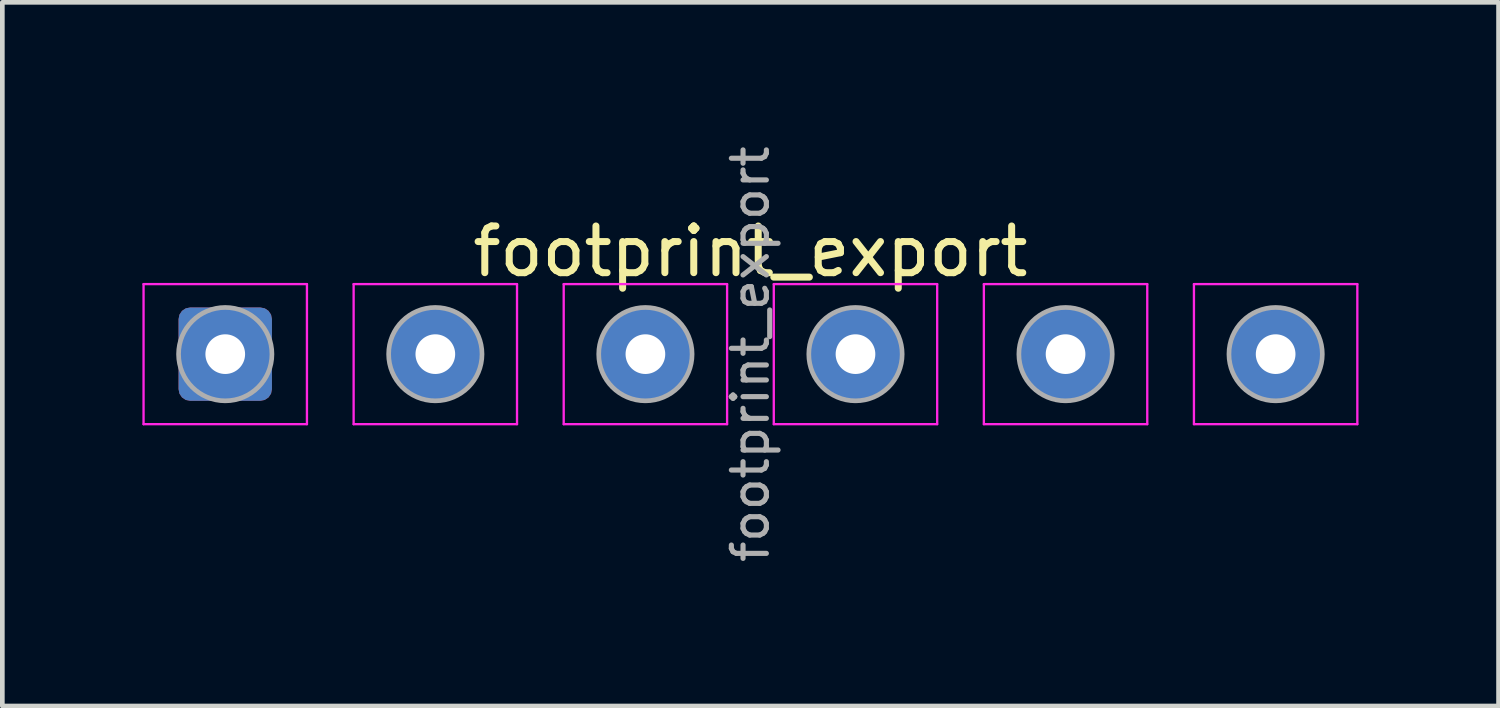
<source format=kicad_pcb>
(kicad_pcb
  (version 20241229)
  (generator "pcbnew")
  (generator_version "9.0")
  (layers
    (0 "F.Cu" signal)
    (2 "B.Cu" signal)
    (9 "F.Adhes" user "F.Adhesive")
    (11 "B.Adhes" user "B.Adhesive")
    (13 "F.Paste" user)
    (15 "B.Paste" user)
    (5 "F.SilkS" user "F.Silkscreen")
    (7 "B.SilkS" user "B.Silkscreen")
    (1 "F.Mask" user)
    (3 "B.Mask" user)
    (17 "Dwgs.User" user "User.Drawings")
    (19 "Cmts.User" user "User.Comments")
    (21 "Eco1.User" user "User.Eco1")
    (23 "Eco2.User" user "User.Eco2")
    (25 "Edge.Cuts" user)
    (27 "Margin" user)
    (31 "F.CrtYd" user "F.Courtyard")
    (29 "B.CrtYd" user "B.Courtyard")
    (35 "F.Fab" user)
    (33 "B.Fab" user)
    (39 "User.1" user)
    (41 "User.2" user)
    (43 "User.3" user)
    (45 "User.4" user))
  (footprint "footprint_export"
    (layer "F.Cu")
    (at 1.775 4.536)
    (property "Reference" "footprint_export" (at 11.25 -2.2 0) (layer "F.SilkS") (effects (font (size 1 1) (thickness 0.15))))
    (attr exclude_from_pos_files exclude_from_bom)
    (fp_line (start -1.75 -1.5) (end -1.75 1.5) (stroke (width 0.05) (type solid)) (layer "F.CrtYd"))
    (fp_line (start -1.75 1.5) (end 1.75 1.5) (stroke (width 0.05) (type solid)) (layer "F.CrtYd"))
    (fp_line (start 1.75 -1.5) (end -1.75 -1.5) (stroke (width 0.05) (type solid)) (layer "F.CrtYd"))
    (fp_line (start 1.75 1.5) (end 1.75 -1.5) (stroke (width 0.05) (type solid)) (layer "F.CrtYd"))
    (fp_line (start 2.75 -1.5) (end 2.75 1.5) (stroke (width 0.05) (type solid)) (layer "F.CrtYd"))
    (fp_line (start 2.75 1.5) (end 6.25 1.5) (stroke (width 0.05) (type solid)) (layer "F.CrtYd"))
    (fp_line (start 6.25 -1.5) (end 2.75 -1.5) (stroke (width 0.05) (type solid)) (layer "F.CrtYd"))
    (fp_line (start 6.25 1.5) (end 6.25 -1.5) (stroke (width 0.05) (type solid)) (layer "F.CrtYd"))
    (fp_line (start 7.25 -1.5) (end 7.25 1.5) (stroke (width 0.05) (type solid)) (layer "F.CrtYd"))
    (fp_line (start 7.25 1.5) (end 10.75 1.5) (stroke (width 0.05) (type solid)) (layer "F.CrtYd"))
    (fp_line (start 10.75 -1.5) (end 7.25 -1.5) (stroke (width 0.05) (type solid)) (layer "F.CrtYd"))
    (fp_line (start 10.75 1.5) (end 10.75 -1.5) (stroke (width 0.05) (type solid)) (layer "F.CrtYd"))
    (fp_line (start 11.75 -1.5) (end 11.75 1.5) (stroke (width 0.05) (type solid)) (layer "F.CrtYd"))
    (fp_line (start 11.75 1.5) (end 15.25 1.5) (stroke (width 0.05) (type solid)) (layer "F.CrtYd"))
    (fp_line (start 15.25 -1.5) (end 11.75 -1.5) (stroke (width 0.05) (type solid)) (layer "F.CrtYd"))
    (fp_line (start 15.25 1.5) (end 15.25 -1.5) (stroke (width 0.05) (type solid)) (layer "F.CrtYd"))
    (fp_line (start 16.25 -1.5) (end 16.25 1.5) (stroke (width 0.05) (type solid)) (layer "F.CrtYd"))
    (fp_line (start 16.25 1.5) (end 19.75 1.5) (stroke (width 0.05) (type solid)) (layer "F.CrtYd"))
    (fp_line (start 19.75 -1.5) (end 16.25 -1.5) (stroke (width 0.05) (type solid)) (layer "F.CrtYd"))
    (fp_line (start 19.75 1.5) (end 19.75 -1.5) (stroke (width 0.05) (type solid)) (layer "F.CrtYd"))
    (fp_line (start 20.75 -1.5) (end 20.75 1.5) (stroke (width 0.05) (type solid)) (layer "F.CrtYd"))
    (fp_line (start 20.75 1.5) (end 24.25 1.5) (stroke (width 0.05) (type solid)) (layer "F.CrtYd"))
    (fp_line (start 24.25 -1.5) (end 20.75 -1.5) (stroke (width 0.05) (type solid)) (layer "F.CrtYd"))
    (fp_line (start 24.25 1.5) (end 24.25 -1.5) (stroke (width 0.05) (type solid)) (layer "F.CrtYd"))
    (fp_circle (center 0 0) (end 1 0) (stroke (width 0.1) (type solid)) (fill no) (layer "F.Fab"))
    (fp_circle (center 4.5 0) (end 5.5 0) (stroke (width 0.1) (type solid)) (fill no) (layer "F.Fab"))
    (fp_circle (center 9 0) (end 10 0) (stroke (width 0.1) (type solid)) (fill no) (layer "F.Fab"))
    (fp_circle (center 13.5 0) (end 14.5 0) (stroke (width 0.1) (type solid)) (fill no) (layer "F.Fab"))
    (fp_circle (center 18 0) (end 19 0) (stroke (width 0.1) (type solid)) (fill no) (layer "F.Fab"))
    (fp_circle (center 22.5 0) (end 23.5 0) (stroke (width 0.1) (type solid)) (fill no) (layer "F.Fab"))
    (fp_text user "${REFERENCE}" (at 11.25 0 90) (layer "F.Fab") (effects (font (size 0.75 0.75) (thickness 0.11))))
    (pad "1" thru_hole roundrect (at 0 0) (size 2 2) (drill 0.85) (layers "*.Cu" "*.Mask") (roundrect_rratio 0.125))
    (pad "2" thru_hole circle (at 4.5 0) (size 2 2) (drill 0.85) (layers "*.Cu" "*.Mask"))
    (pad "3" thru_hole circle (at 9 0) (size 2 2) (drill 0.85) (layers "*.Cu" "*.Mask"))
    (pad "4" thru_hole circle (at 13.5 0) (size 2 2) (drill 0.85) (layers "*.Cu" "*.Mask"))
    (pad "5" thru_hole circle (at 18 0) (size 2 2) (drill 0.85) (layers "*.Cu" "*.Mask"))
    (pad "6" thru_hole circle (at 22.5 0) (size 2 2) (drill 0.85) (layers "*.Cu" "*.Mask")))
  (gr_rect
    (start -3 -3)
    (end 29.05 12.073)
    (stroke (width 0.1) (type default))
    (fill no)
    (layer "Edge.Cuts")))
</source>
